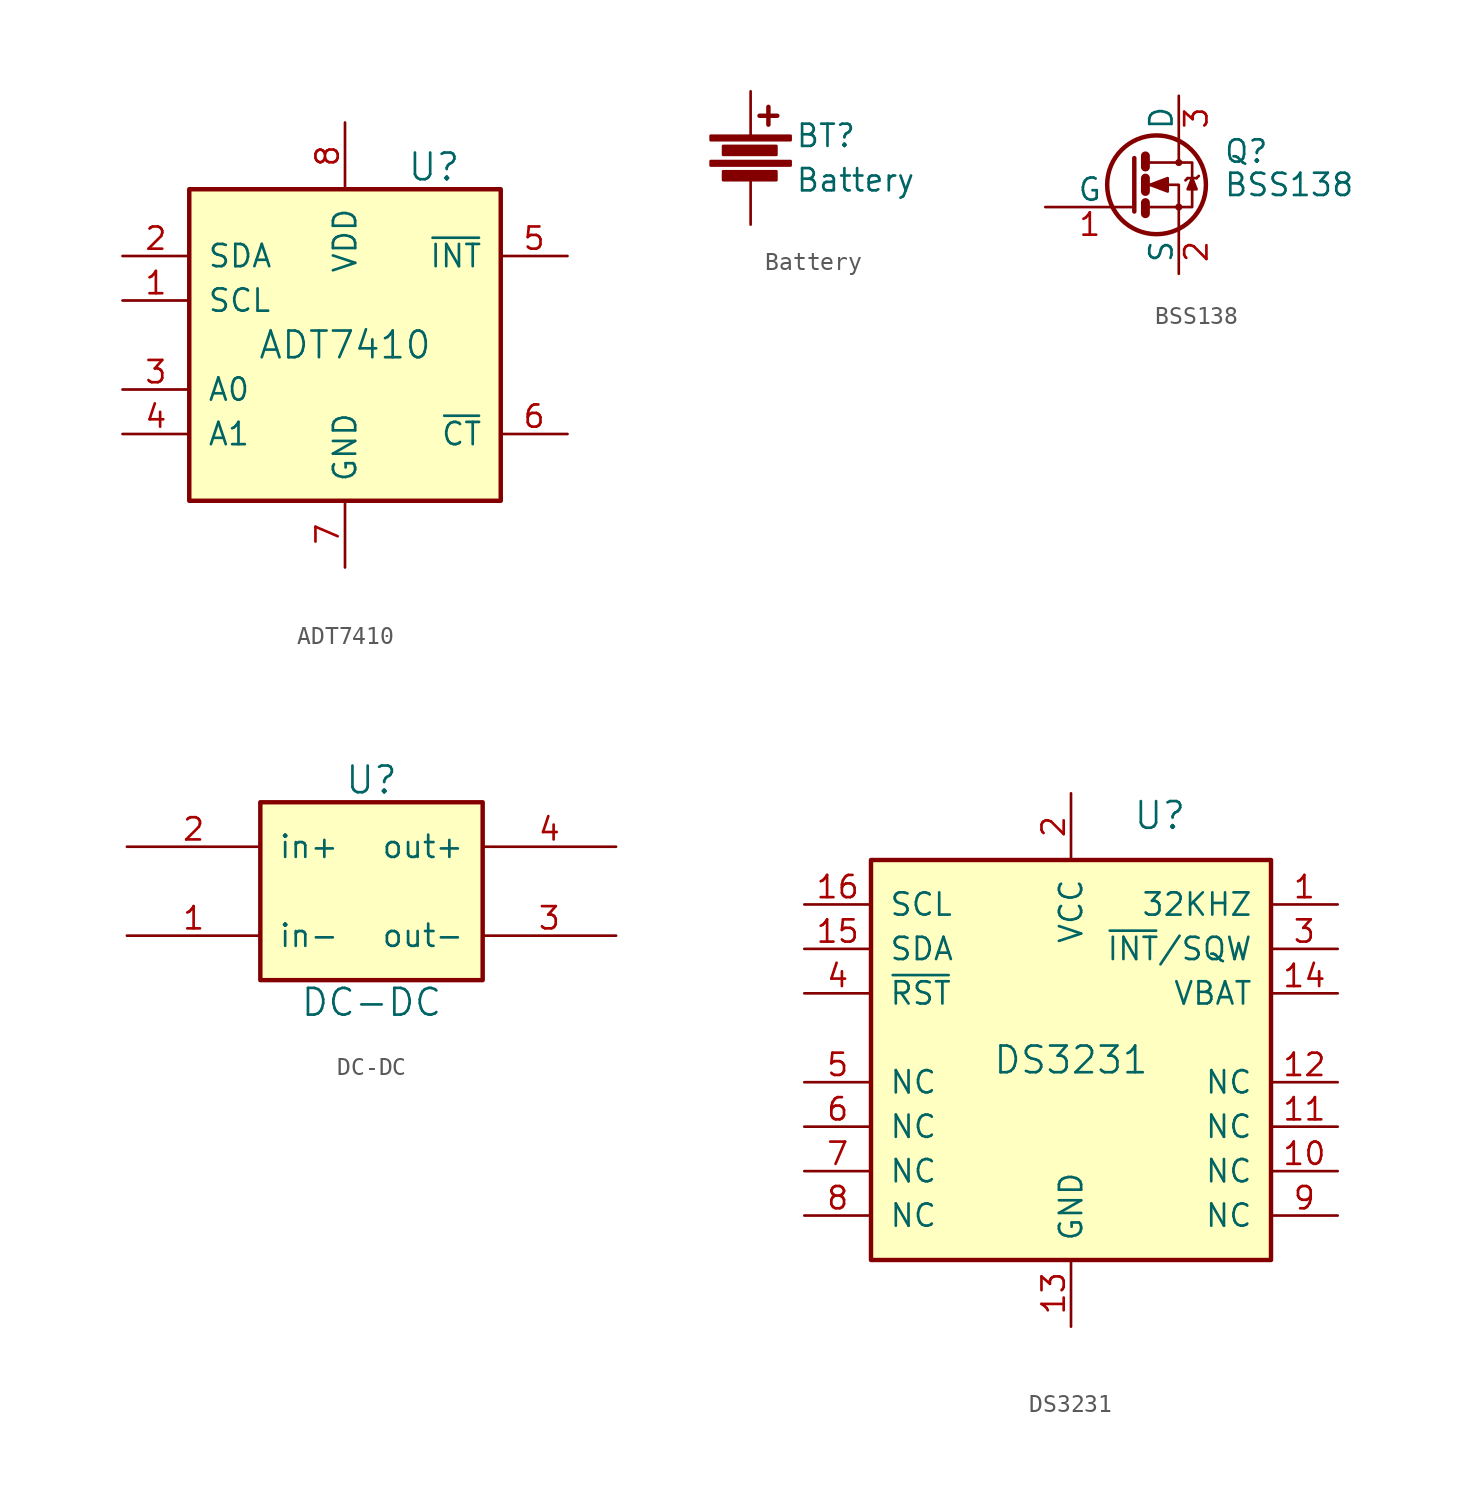
<source format=kicad_sym>
(kicad_symbol_lib
  (version 20231120)
  (generator "kicad_symbol_editor")
  (generator_version "8.0")
  (symbol "ADT7410"
    (pin_names
      (offset 1.016))
    (property "Reference" "U"
      (at 5.08 10.16 0)
      (effects (font (size 1.524 1.524))))
    (property "Value" "ADT7410"
      (at 0 0 0)
      (effects (font (size 1.524 1.524))))
    (symbol "ADT7410_1_1"
      (rectangle (start -8.89 8.89) (end 8.89 -8.89) (stroke (width 0.254) (type solid)) (fill (type background)))
      (pin input line (at -12.7 2.54 0) (length 3.81) (name "SCL" (effects (font (size 1.27 1.27)))) (number "1" (effects (font (size 1.27 1.27)))))
      (pin bidirectional line (at -12.7 5.08 0) (length 3.81) (name "SDA" (effects (font (size 1.27 1.27)))) (number "2" (effects (font (size 1.27 1.27)))))
      (pin input line (at -12.7 -2.54 0) (length 3.81) (name "A0" (effects (font (size 1.27 1.27)))) (number "3" (effects (font (size 1.27 1.27)))))
      (pin input line (at -12.7 -5.08 0) (length 3.81) (name "A1" (effects (font (size 1.27 1.27)))) (number "4" (effects (font (size 1.27 1.27)))))
      (pin open_collector line (at 12.7 5.08 180) (length 3.81) (name "~{INT}" (effects (font (size 1.27 1.27)))) (number "5" (effects (font (size 1.27 1.27)))))
      (pin open_collector line (at 12.7 -5.08 180) (length 3.81) (name "~{CT}" (effects (font (size 1.27 1.27)))) (number "6" (effects (font (size 1.27 1.27)))))
      (pin power_in line (at 0 -12.7 90) (length 3.81) (name "GND" (effects (font (size 1.27 1.27)))) (number "7" (effects (font (size 1.27 1.27)))))
      (pin power_in line (at 0 12.7 270) (length 3.81) (name "VDD" (effects (font (size 1.27 1.27)))) (number "8" (effects (font (size 1.27 1.27)))))))
  (symbol "Battery"
    (pin_numbers hide)
    (pin_names
      (offset 0))
    (property "Reference" "BT"
      (at 2.54 1.27 0)
      (effects (font (size 1.27 1.27)) (justify left)))
    (property "Value" "Battery"
      (at 2.54 -1.27 0)
      (effects (font (size 1.27 1.27)) (justify left)))
    (symbol "Battery_0_1"
      (rectangle (start -2.286 -0.178) (end 2.286 -0.432) (stroke (width 0) (type solid)) (fill (type outline)))
      (rectangle (start -2.286 1.27) (end 2.286 1.016) (stroke (width 0) (type solid)) (fill (type outline)))
      (rectangle (start -1.575 -0.762) (end 1.473 -1.27) (stroke (width 0) (type solid)) (fill (type outline)))
      (rectangle (start -1.575 0.686) (end 1.473 0.178) (stroke (width 0) (type solid)) (fill (type outline)))
      (polyline (pts (xy 0.508 2.413) (xy 1.524 2.413)) (stroke (width 0.254) (type solid)) (fill (type none)))
      (polyline (pts (xy 1.016 2.921) (xy 1.016 1.905)) (stroke (width 0.254) (type solid)) (fill (type none))))
    (symbol "Battery_1_1"
      (pin passive line (at 0 3.81 270) (length 2.54) (name "~" (effects (font (size 1.27 1.27)))) (number "1" (effects (font (size 1.27 1.27)))))
      (pin passive line (at 0 -3.81 90) (length 2.54) (name "~" (effects (font (size 1.27 1.27)))) (number "2" (effects (font (size 1.27 1.27)))))))
  (symbol "BSS138"
    (pin_names
      (offset 0))
    (property "Reference" "Q"
      (at 5.08 1.905 0)
      (effects (font (size 1.27 1.27)) (justify left)))
    (property "Value" "BSS138"
      (at 5.08 0 0)
      (effects (font (size 1.27 1.27)) (justify left)))
    (symbol "BSS138_0_1"
      (polyline (pts (xy 0.635 -1.016) (xy 0.635 -1.651)) (stroke (width 0.508) (type solid)) (fill (type none)))
      (polyline (pts (xy 0.635 0.381) (xy 0.635 -0.381)) (stroke (width 0.508) (type solid)) (fill (type none)))
      (polyline (pts (xy 0.635 1.651) (xy 0.635 1.016)) (stroke (width 0.508) (type solid)) (fill (type none)))
      (polyline (pts (xy 3.048 0.381) (xy 2.921 0.254)) (stroke (width 0) (type solid)) (fill (type none)))
      (polyline (pts (xy 3.048 0.381) (xy 3.556 0.381)) (stroke (width 0) (type solid)) (fill (type none)))
      (polyline (pts (xy 3.556 0.381) (xy 3.683 0.508)) (stroke (width 0) (type solid)) (fill (type none)))
      (polyline (pts (xy 0 1.524) (xy 0 -1.524) (xy 0 -1.524)) (stroke (width 0.254) (type solid)) (fill (type none)))
      (polyline (pts (xy 0.762 -1.27) (xy 2.54 -1.27) (xy 2.54 -2.54) (xy 2.54 -2.54)) (stroke (width 0) (type solid)) (fill (type none)))
      (polyline (pts (xy 0.762 1.27) (xy 2.54 1.27) (xy 2.54 2.54) (xy 2.54 2.54)) (stroke (width 0) (type solid)) (fill (type none)))
      (polyline (pts (xy 2.54 1.27) (xy 3.302 1.27) (xy 3.302 -1.27) (xy 2.54 -1.27)) (stroke (width 0) (type solid)) (fill (type none)))
      (polyline (pts (xy 3.302 0.381) (xy 3.048 -0.254) (xy 3.556 -0.254) (xy 3.302 0.381)) (stroke (width 0) (type solid)) (fill (type outline)))
      (polyline (pts (xy 0.762 0) (xy 1.27 0) (xy 2.54 0) (xy 2.54 -1.27) (xy 2.54 -1.27)) (stroke (width 0) (type solid)) (fill (type none)))
      (polyline (pts (xy 0.889 0) (xy 1.905 0.381) (xy 1.905 -0.381) (xy 0.889 0) (xy 1.016 0) (xy 1.016 0)) (stroke (width 0) (type solid)) (fill (type outline)))
      (circle (center 1.27 0) (radius 2.819) (stroke (width 0.254) (type solid)) (fill (type none)))
      (circle (center 2.54 -1.27) (radius 0.127) (stroke (width 0) (type solid)) (fill (type none)))
      (circle (center 2.54 1.27) (radius 0.127) (stroke (width 0) (type solid)) (fill (type none))))
    (symbol "BSS138_1_1"
      (pin passive line (at -5.08 -1.27 0) (length 5.08) (name "G" (effects (font (size 1.27 1.27)))) (number "1" (effects (font (size 1.27 1.27)))))
      (pin passive line (at 2.54 -5.08 90) (length 2.54) (name "S" (effects (font (size 1.27 1.27)))) (number "2" (effects (font (size 1.27 1.27)))))
      (pin passive line (at 2.54 5.08 270) (length 2.54) (name "D" (effects (font (size 1.27 1.27)))) (number "3" (effects (font (size 1.27 1.27)))))))
  (symbol "DC-DC"
    (pin_names
      (offset 1.016))
    (property "Reference" "U"
      (at 0 6.35 0)
      (effects (font (size 1.524 1.524))))
    (property "Value" "DC-DC"
      (at 0 -6.35 0)
      (effects (font (size 1.524 1.524))))
    (symbol "DC-DC_1_1"
      (rectangle (start -6.35 5.08) (end 6.35 -5.08) (stroke (width 0.254) (type solid)) (fill (type background)))
      (pin power_in line (at -13.97 -2.54 0) (length 7.62) (name "in-" (effects (font (size 1.27 1.27)))) (number "1" (effects (font (size 1.27 1.27)))))
      (pin power_in line (at -13.97 2.54 0) (length 7.62) (name "in+" (effects (font (size 1.27 1.27)))) (number "2" (effects (font (size 1.27 1.27)))))
      (pin power_out line (at 13.97 -2.54 180) (length 7.62) (name "out-" (effects (font (size 1.27 1.27)))) (number "3" (effects (font (size 1.27 1.27)))))
      (pin power_out line (at 13.97 2.54 180) (length 7.62) (name "out+" (effects (font (size 1.27 1.27)))) (number "4" (effects (font (size 1.27 1.27)))))))
  (symbol "DS3231"
    (pin_names
      (offset 1.016))
    (property "Reference" "U"
      (at 5.08 13.97 0)
      (effects (font (size 1.524 1.524))))
    (property "Value" "DS3231"
      (at 0 0 0)
      (effects (font (size 1.524 1.524))))
    (symbol "DS3231_1_1"
      (rectangle (start -11.43 11.43) (end 11.43 -11.43) (stroke (width 0.254) (type solid)) (fill (type background)))
      (pin open_collector line (at 15.24 8.89 180) (length 3.81) (name "32KHZ" (effects (font (size 1.27 1.27)))) (number "1" (effects (font (size 1.27 1.27)))))
      (pin power_in line (at 15.24 -6.35 180) (length 3.81) (name "NC" (effects (font (size 1.27 1.27)))) (number "10" (effects (font (size 1.27 1.27)))))
      (pin power_in line (at 15.24 -3.81 180) (length 3.81) (name "NC" (effects (font (size 1.27 1.27)))) (number "11" (effects (font (size 1.27 1.27)))))
      (pin power_in line (at 15.24 -1.27 180) (length 3.81) (name "NC" (effects (font (size 1.27 1.27)))) (number "12" (effects (font (size 1.27 1.27)))))
      (pin power_in line (at 0 -15.24 90) (length 3.81) (name "GND" (effects (font (size 1.27 1.27)))) (number "13" (effects (font (size 1.27 1.27)))))
      (pin power_in line (at 15.24 3.81 180) (length 3.81) (name "VBAT" (effects (font (size 1.27 1.27)))) (number "14" (effects (font (size 1.27 1.27)))))
      (pin bidirectional line (at -15.24 6.35 0) (length 3.81) (name "SDA" (effects (font (size 1.27 1.27)))) (number "15" (effects (font (size 1.27 1.27)))))
      (pin input line (at -15.24 8.89 0) (length 3.81) (name "SCL" (effects (font (size 1.27 1.27)))) (number "16" (effects (font (size 1.27 1.27)))))
      (pin power_in line (at 0 15.24 270) (length 3.81) (name "VCC" (effects (font (size 1.27 1.27)))) (number "2" (effects (font (size 1.27 1.27)))))
      (pin open_collector line (at 15.24 6.35 180) (length 3.81) (name "~{INT}/SQW" (effects (font (size 1.27 1.27)))) (number "3" (effects (font (size 1.27 1.27)))))
      (pin input line (at -15.24 3.81 0) (length 3.81) (name "~{RST}" (effects (font (size 1.27 1.27)))) (number "4" (effects (font (size 1.27 1.27)))))
      (pin power_in line (at -15.24 -1.27 0) (length 3.81) (name "NC" (effects (font (size 1.27 1.27)))) (number "5" (effects (font (size 1.27 1.27)))))
      (pin power_in line (at -15.24 -3.81 0) (length 3.81) (name "NC" (effects (font (size 1.27 1.27)))) (number "6" (effects (font (size 1.27 1.27)))))
      (pin power_in line (at -15.24 -6.35 0) (length 3.81) (name "NC" (effects (font (size 1.27 1.27)))) (number "7" (effects (font (size 1.27 1.27)))))
      (pin power_in line (at -15.24 -8.89 0) (length 3.81) (name "NC" (effects (font (size 1.27 1.27)))) (number "8" (effects (font (size 1.27 1.27)))))
      (pin power_in line (at 15.24 -8.89 180) (length 3.81) (name "NC" (effects (font (size 1.27 1.27)))) (number "9" (effects (font (size 1.27 1.27))))))))
</source>
